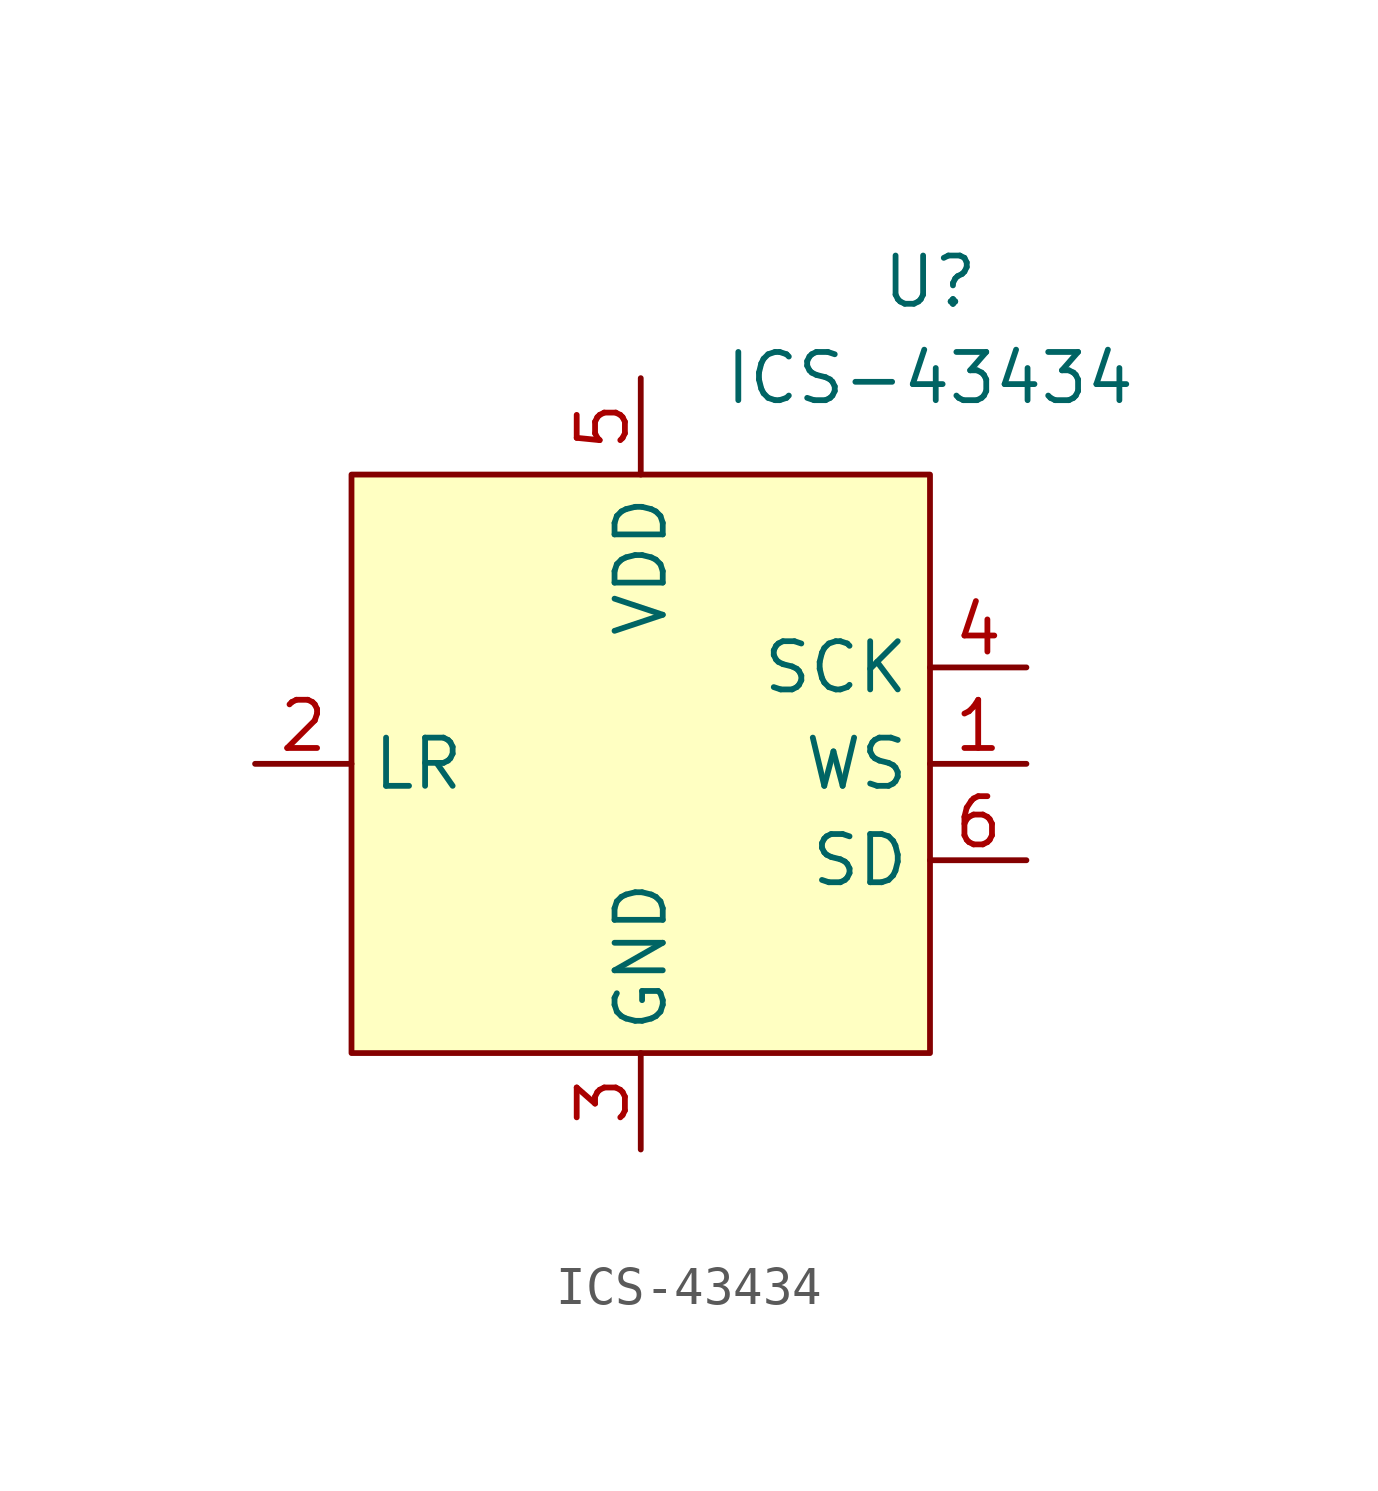
<source format=kicad_sym>
(kicad_symbol_lib
  (version 20211014)
  (generator kicad_symbol_editor)
  (symbol "ICS-43434"
    (property "Reference" "U"
      (at 7.62 12.7 0)
      (effects (font (size 1.27 1.27))))
    (property "Value" "ICS-43434"
      (at 7.62 10.16 0)
      (effects (font (size 1.27 1.27))))
    (symbol "ICS-43434_0_1"
      (rectangle (start -7.62 7.62) (end 7.62 -7.62) (stroke (width 0.152) (type default) (color 0 0 0 0)) (fill (type background))))
    (symbol "ICS-43434_1_1"
      (pin input line (at 10.16 0 180) (length 2.54) (name "WS" (effects (font (size 1.27 1.27)))) (number "1" (effects (font (size 1.27 1.27)))))
      (pin input line (at -10.16 0 0) (length 2.54) (name "LR" (effects (font (size 1.27 1.27)))) (number "2" (effects (font (size 1.27 1.27)))))
      (pin power_in line (at 0 -10.16 90) (length 2.54) (name "GND" (effects (font (size 1.27 1.27)))) (number "3" (effects (font (size 1.27 1.27)))))
      (pin input line (at 10.16 2.54 180) (length 2.54) (name "SCK" (effects (font (size 1.27 1.27)))) (number "4" (effects (font (size 1.27 1.27)))))
      (pin power_in line (at 0 10.16 270) (length 2.54) (name "VDD" (effects (font (size 1.27 1.27)))) (number "5" (effects (font (size 1.27 1.27)))))
      (pin output line (at 10.16 -2.54 180) (length 2.54) (name "SD" (effects (font (size 1.27 1.27)))) (number "6" (effects (font (size 1.27 1.27))))))))
</source>
